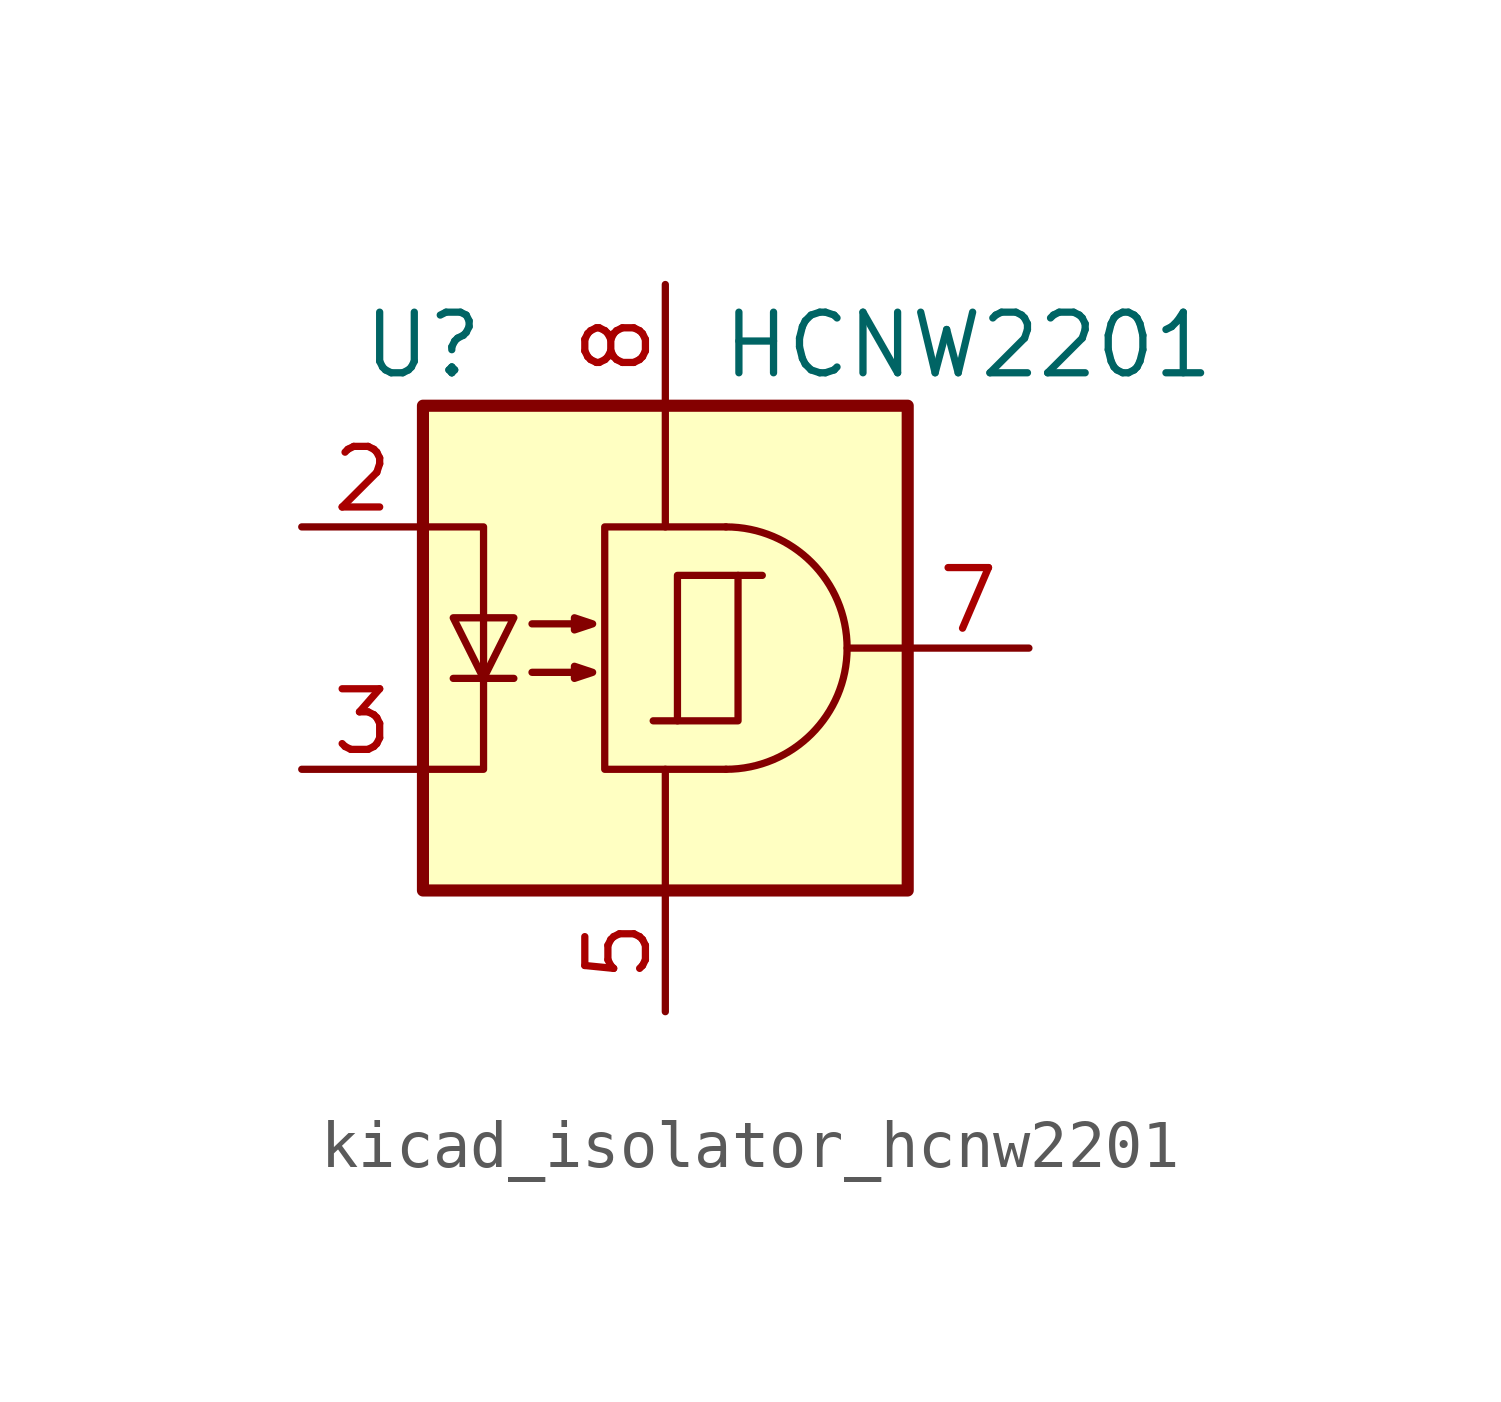
<source format=kicad_sym>
(kicad_symbol_lib
  (version 20220914)
  (generator kicad_symbol_editor)
  (symbol "kicad_isolator_hcnw2201"
    (property "Reference" "U"
      (at -5.08 6.35 0)
      (effects (font (size 1.27 1.27))))
    (property "Value" "HCNW2201"
      (at 6.35 6.35 0)
      (effects (font (size 1.27 1.27))))
    (symbol "kicad_isolator_hcnw2201_0_1"
      (polyline (pts (xy 5.08 0) (xy 3.81 0)) (stroke (width 0) (type default)) (fill (type none))))
    (symbol "kicad_isolator_hcnw2201_1_1"
      (rectangle (start -5.08 5.08) (end 5.08 -5.08) (stroke (width 0.254) (type default)) (fill (type background)))
      (polyline (pts (xy -4.445 -0.635) (xy -3.175 -0.635)) (stroke (width 0) (type default)) (fill (type none)))
      (polyline (pts (xy 0 2.54) (xy 0 5.08)) (stroke (width 0) (type default)) (fill (type none)))
      (polyline (pts (xy 0.254 -1.524) (xy -0.254 -1.524)) (stroke (width 0) (type default)) (fill (type none)))
      (polyline (pts (xy 1.524 1.524) (xy 2.032 1.524)) (stroke (width 0) (type default)) (fill (type none)))
      (polyline (pts (xy 0 -2.54) (xy 0 -5.08) (xy 0 -3.81)) (stroke (width 0) (type default)) (fill (type none)))
      (polyline (pts (xy -5.08 -2.54) (xy -3.81 -2.54) (xy -3.81 2.54) (xy -5.08 2.54)) (stroke (width 0) (type default)) (fill (type none)))
      (polyline (pts (xy -3.81 -0.635) (xy -4.445 0.635) (xy -3.175 0.635) (xy -3.81 -0.635)) (stroke (width 0) (type default)) (fill (type none)))
      (polyline (pts (xy 1.27 -2.54) (xy -1.27 -2.54) (xy -1.27 2.54) (xy 1.27 2.54)) (stroke (width 0) (type default)) (fill (type none)))
      (polyline (pts (xy -2.794 -0.508) (xy -1.524 -0.508) (xy -1.905 -0.635) (xy -1.905 -0.381) (xy -1.524 -0.508)) (stroke (width 0) (type default)) (fill (type none)))
      (polyline (pts (xy -2.794 0.508) (xy -1.524 0.508) (xy -1.905 0.381) (xy -1.905 0.635) (xy -1.524 0.508)) (stroke (width 0) (type default)) (fill (type none)))
      (rectangle (start 0.254 1.524) (end 1.524 -1.524) (stroke (width 0) (type default)) (fill (type none)))
      (arc (start 1.27 -2.54) (mid 3.799 0) (end 1.27 2.54) (stroke (width 0) (type default)) (fill (type none)))
      (pin no_connect line (at -5.08 0 0) (length 2.54) hide (name "~" (effects (font (size 1.27 1.27)))) (number "1" (effects (font (size 1.27 1.27)))))
      (pin passive line (at -7.62 2.54 0) (length 2.54) (name "~" (effects (font (size 1.27 1.27)))) (number "2" (effects (font (size 1.27 1.27)))))
      (pin passive line (at -7.62 -2.54 0) (length 2.54) (name "~" (effects (font (size 1.27 1.27)))) (number "3" (effects (font (size 1.27 1.27)))))
      (pin no_connect line (at -5.08 -5.08 0) (length 2.54) hide (name "~" (effects (font (size 1.27 1.27)))) (number "4" (effects (font (size 1.27 1.27)))))
      (pin power_in line (at 0 -7.62 90) (length 2.54) (name "~" (effects (font (size 1.27 1.27)))) (number "5" (effects (font (size 1.27 1.27)))))
      (pin no_connect line (at 5.08 -2.54 180) (length 2.54) hide (name "~" (effects (font (size 1.27 1.27)))) (number "6" (effects (font (size 1.27 1.27)))))
      (pin output line (at 7.62 0 180) (length 2.54) (name "~" (effects (font (size 1.27 1.27)))) (number "7" (effects (font (size 1.27 1.27)))))
      (pin power_in line (at 0 7.62 270) (length 2.54) (name "~" (effects (font (size 1.27 1.27)))) (number "8" (effects (font (size 1.27 1.27))))))))
</source>
